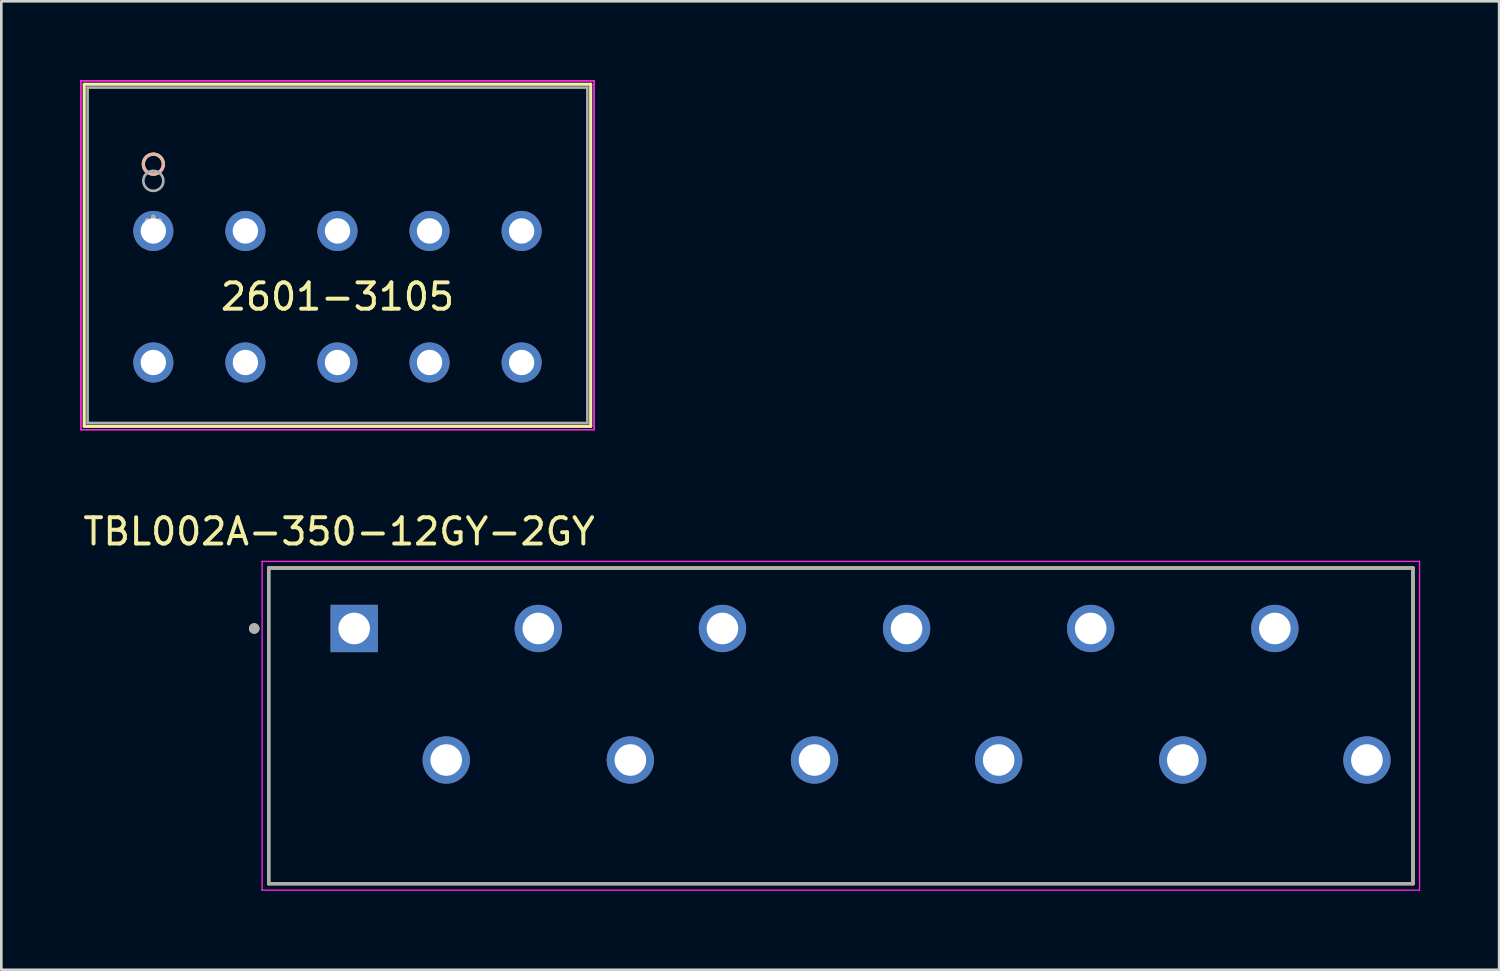
<source format=kicad_pcb>
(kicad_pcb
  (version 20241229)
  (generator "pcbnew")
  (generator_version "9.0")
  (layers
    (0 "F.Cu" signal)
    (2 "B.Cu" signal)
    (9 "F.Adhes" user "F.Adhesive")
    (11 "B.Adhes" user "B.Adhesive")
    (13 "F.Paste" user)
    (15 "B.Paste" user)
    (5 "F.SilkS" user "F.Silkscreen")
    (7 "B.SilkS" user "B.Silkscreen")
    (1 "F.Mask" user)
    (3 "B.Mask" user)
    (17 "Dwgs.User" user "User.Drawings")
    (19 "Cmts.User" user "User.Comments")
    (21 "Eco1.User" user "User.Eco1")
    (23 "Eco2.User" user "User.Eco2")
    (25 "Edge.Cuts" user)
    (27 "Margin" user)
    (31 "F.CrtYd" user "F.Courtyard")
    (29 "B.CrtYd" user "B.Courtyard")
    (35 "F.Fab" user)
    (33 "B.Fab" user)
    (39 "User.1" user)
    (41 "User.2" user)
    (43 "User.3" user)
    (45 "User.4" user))
  (footprint "2601-3105"
    (layer "F.Cu")
    (at 2.779 5.73)
    (property "Reference" "2601-3105" (at 7 2.5 0) (layer "F.SilkS") (effects (font (size 1 1) (thickness 0.15))))
    (attr through_hole)
    (fp_line (start -2.627 -5.578) (end -2.627 7.427) (stroke (width 0.12) (type solid)) (layer "F.SilkS"))
    (fp_line (start -2.627 7.427) (end 16.627 7.427) (stroke (width 0.12) (type solid)) (layer "F.SilkS"))
    (fp_line (start 16.627 -5.578) (end -2.627 -5.578) (stroke (width 0.12) (type solid)) (layer "F.SilkS"))
    (fp_line (start 16.627 7.427) (end 16.627 -5.578) (stroke (width 0.12) (type solid)) (layer "F.SilkS"))
    (fp_circle (center 0 -2.54) (end 0.381 -2.54) (stroke (width 0.12) (type solid)) (fill no) (layer "F.SilkS"))
    (fp_circle (center 0 -2.54) (end 0.381 -2.54) (stroke (width 0.12) (type solid)) (fill no) (layer "B.SilkS"))
    (fp_line (start -2.754 -5.705) (end -2.754 7.554) (stroke (width 0.05) (type solid)) (layer "F.CrtYd"))
    (fp_line (start -2.754 -5.705) (end -2.754 7.554) (stroke (width 0.05) (type solid)) (layer "F.CrtYd"))
    (fp_line (start -2.754 7.554) (end 16.754 7.554) (stroke (width 0.05) (type solid)) (layer "F.CrtYd"))
    (fp_line (start -2.754 7.554) (end 16.754 7.554) (stroke (width 0.05) (type solid)) (layer "F.CrtYd"))
    (fp_line (start 16.754 -5.705) (end -2.754 -5.705) (stroke (width 0.05) (type solid)) (layer "F.CrtYd"))
    (fp_line (start 16.754 -5.705) (end -2.754 -5.705) (stroke (width 0.05) (type solid)) (layer "F.CrtYd"))
    (fp_line (start 16.754 7.554) (end 16.754 -5.705) (stroke (width 0.05) (type solid)) (layer "F.CrtYd"))
    (fp_line (start 16.754 7.554) (end 16.754 -5.705) (stroke (width 0.05) (type solid)) (layer "F.CrtYd"))
    (fp_line (start -2.5 -5.451) (end -2.5 7.3) (stroke (width 0.1) (type solid)) (layer "F.Fab"))
    (fp_line (start -2.5 7.3) (end 16.5 7.3) (stroke (width 0.1) (type solid)) (layer "F.Fab"))
    (fp_line (start 16.5 -5.451) (end -2.5 -5.451) (stroke (width 0.1) (type solid)) (layer "F.Fab"))
    (fp_line (start 16.5 7.3) (end 16.5 -5.451) (stroke (width 0.1) (type solid)) (layer "F.Fab"))
    (fp_circle (center 0 -1.905) (end 0.381 -1.905) (stroke (width 0.1) (type solid)) (fill no) (layer "F.Fab"))
    (fp_text user "*" (at 0 0 0) (layer "F.SilkS") (effects (font (size 1 1) (thickness 0.15))))
    (fp_text user "*" (at 0 0 0) (layer "F.Fab") (effects (font (size 1 1) (thickness 0.15))))
    (pad "1" thru_hole circle (at 0 0) (size 1.524 1.524) (drill 0.965) (layers "*.Cu" "*.Mask"))
    (pad "2" thru_hole circle (at 0 5) (size 1.524 1.524) (drill 0.965) (layers "*.Cu" "*.Mask"))
    (pad "3" thru_hole circle (at 3.5 0) (size 1.524 1.524) (drill 0.965) (layers "*.Cu" "*.Mask"))
    (pad "4" thru_hole circle (at 3.5 5) (size 1.524 1.524) (drill 0.965) (layers "*.Cu" "*.Mask"))
    (pad "5" thru_hole circle (at 7 0) (size 1.524 1.524) (drill 0.965) (layers "*.Cu" "*.Mask"))
    (pad "6" thru_hole circle (at 7 5) (size 1.524 1.524) (drill 0.965) (layers "*.Cu" "*.Mask"))
    (pad "7" thru_hole circle (at 10.5 0) (size 1.524 1.524) (drill 0.965) (layers "*.Cu" "*.Mask"))
    (pad "8" thru_hole circle (at 10.5 5) (size 1.524 1.524) (drill 0.965) (layers "*.Cu" "*.Mask"))
    (pad "9" thru_hole circle (at 14 0) (size 1.524 1.524) (drill 0.965) (layers "*.Cu" "*.Mask"))
    (pad "10" thru_hole circle (at 14 5) (size 1.524 1.524) (drill 0.965) (layers "*.Cu" "*.Mask")))
  (footprint "TBL002A-350-12GY-2GY"
    (layer "F.Cu")
    (at 10.414 20.842)
    (property "Reference" "TBL002A-350-12GY-2GY" (at -0.575 -3.685 0) (layer "F.SilkS") (effects (font (size 1 1) (thickness 0.15))))
    (attr through_hole)
    (fp_line (start -3.25 -2.3) (end 40.25 -2.3) (stroke (width 0.127) (type solid)) (layer "F.SilkS"))
    (fp_line (start -3.25 9.7) (end -3.25 -2.3) (stroke (width 0.127) (type solid)) (layer "F.SilkS"))
    (fp_line (start 40.25 -2.3) (end 40.25 9.7) (stroke (width 0.127) (type solid)) (layer "F.SilkS"))
    (fp_line (start 40.25 9.7) (end -3.25 9.7) (stroke (width 0.127) (type solid)) (layer "F.SilkS"))
    (fp_circle (center -3.8 0) (end -3.7 0) (stroke (width 0.2) (type solid)) (fill no) (layer "F.SilkS"))
    (fp_line (start -3.5 -2.55) (end 40.5 -2.55) (stroke (width 0.05) (type solid)) (layer "F.CrtYd"))
    (fp_line (start -3.5 9.95) (end -3.5 -2.55) (stroke (width 0.05) (type solid)) (layer "F.CrtYd"))
    (fp_line (start 40.5 -2.55) (end 40.5 9.95) (stroke (width 0.05) (type solid)) (layer "F.CrtYd"))
    (fp_line (start 40.5 9.95) (end -3.5 9.95) (stroke (width 0.05) (type solid)) (layer "F.CrtYd"))
    (fp_line (start -3.25 -2.3) (end 40.25 -2.3) (stroke (width 0.127) (type solid)) (layer "F.Fab"))
    (fp_line (start -3.25 9.7) (end -3.25 -2.3) (stroke (width 0.127) (type solid)) (layer "F.Fab"))
    (fp_line (start 40.25 -2.3) (end 40.25 9.7) (stroke (width 0.127) (type solid)) (layer "F.Fab"))
    (fp_line (start 40.25 9.7) (end -3.25 9.7) (stroke (width 0.127) (type solid)) (layer "F.Fab"))
    (fp_circle (center -3.8 0) (end -3.7 0) (stroke (width 0.2) (type solid)) (fill no) (layer "F.Fab"))
    (pad "1" thru_hole rect (at 0 0) (size 1.8 1.8) (drill 1.2) (layers "*.Cu" "*.Mask"))
    (pad "2" thru_hole circle (at 3.5 5) (size 1.8 1.8) (drill 1.2) (layers "*.Cu" "*.Mask"))
    (pad "3" thru_hole circle (at 7 0) (size 1.8 1.8) (drill 1.2) (layers "*.Cu" "*.Mask"))
    (pad "4" thru_hole circle (at 10.5 5) (size 1.8 1.8) (drill 1.2) (layers "*.Cu" "*.Mask"))
    (pad "5" thru_hole circle (at 14 0) (size 1.8 1.8) (drill 1.2) (layers "*.Cu" "*.Mask"))
    (pad "6" thru_hole circle (at 17.5 5) (size 1.8 1.8) (drill 1.2) (layers "*.Cu" "*.Mask"))
    (pad "7" thru_hole circle (at 21 0) (size 1.8 1.8) (drill 1.2) (layers "*.Cu" "*.Mask"))
    (pad "8" thru_hole circle (at 24.5 5) (size 1.8 1.8) (drill 1.2) (layers "*.Cu" "*.Mask"))
    (pad "9" thru_hole circle (at 28 0) (size 1.8 1.8) (drill 1.2) (layers "*.Cu" "*.Mask"))
    (pad "10" thru_hole circle (at 31.5 5) (size 1.8 1.8) (drill 1.2) (layers "*.Cu" "*.Mask"))
    (pad "11" thru_hole circle (at 35 0) (size 1.8 1.8) (drill 1.2) (layers "*.Cu" "*.Mask"))
    (pad "12" thru_hole circle (at 38.5 5) (size 1.8 1.8) (drill 1.2) (layers "*.Cu" "*.Mask")))
  (gr_rect
    (start -3 -3)
    (end 53.939 33.817)
    (stroke (width 0.1) (type default))
    (fill no)
    (layer "Edge.Cuts")))
</source>
